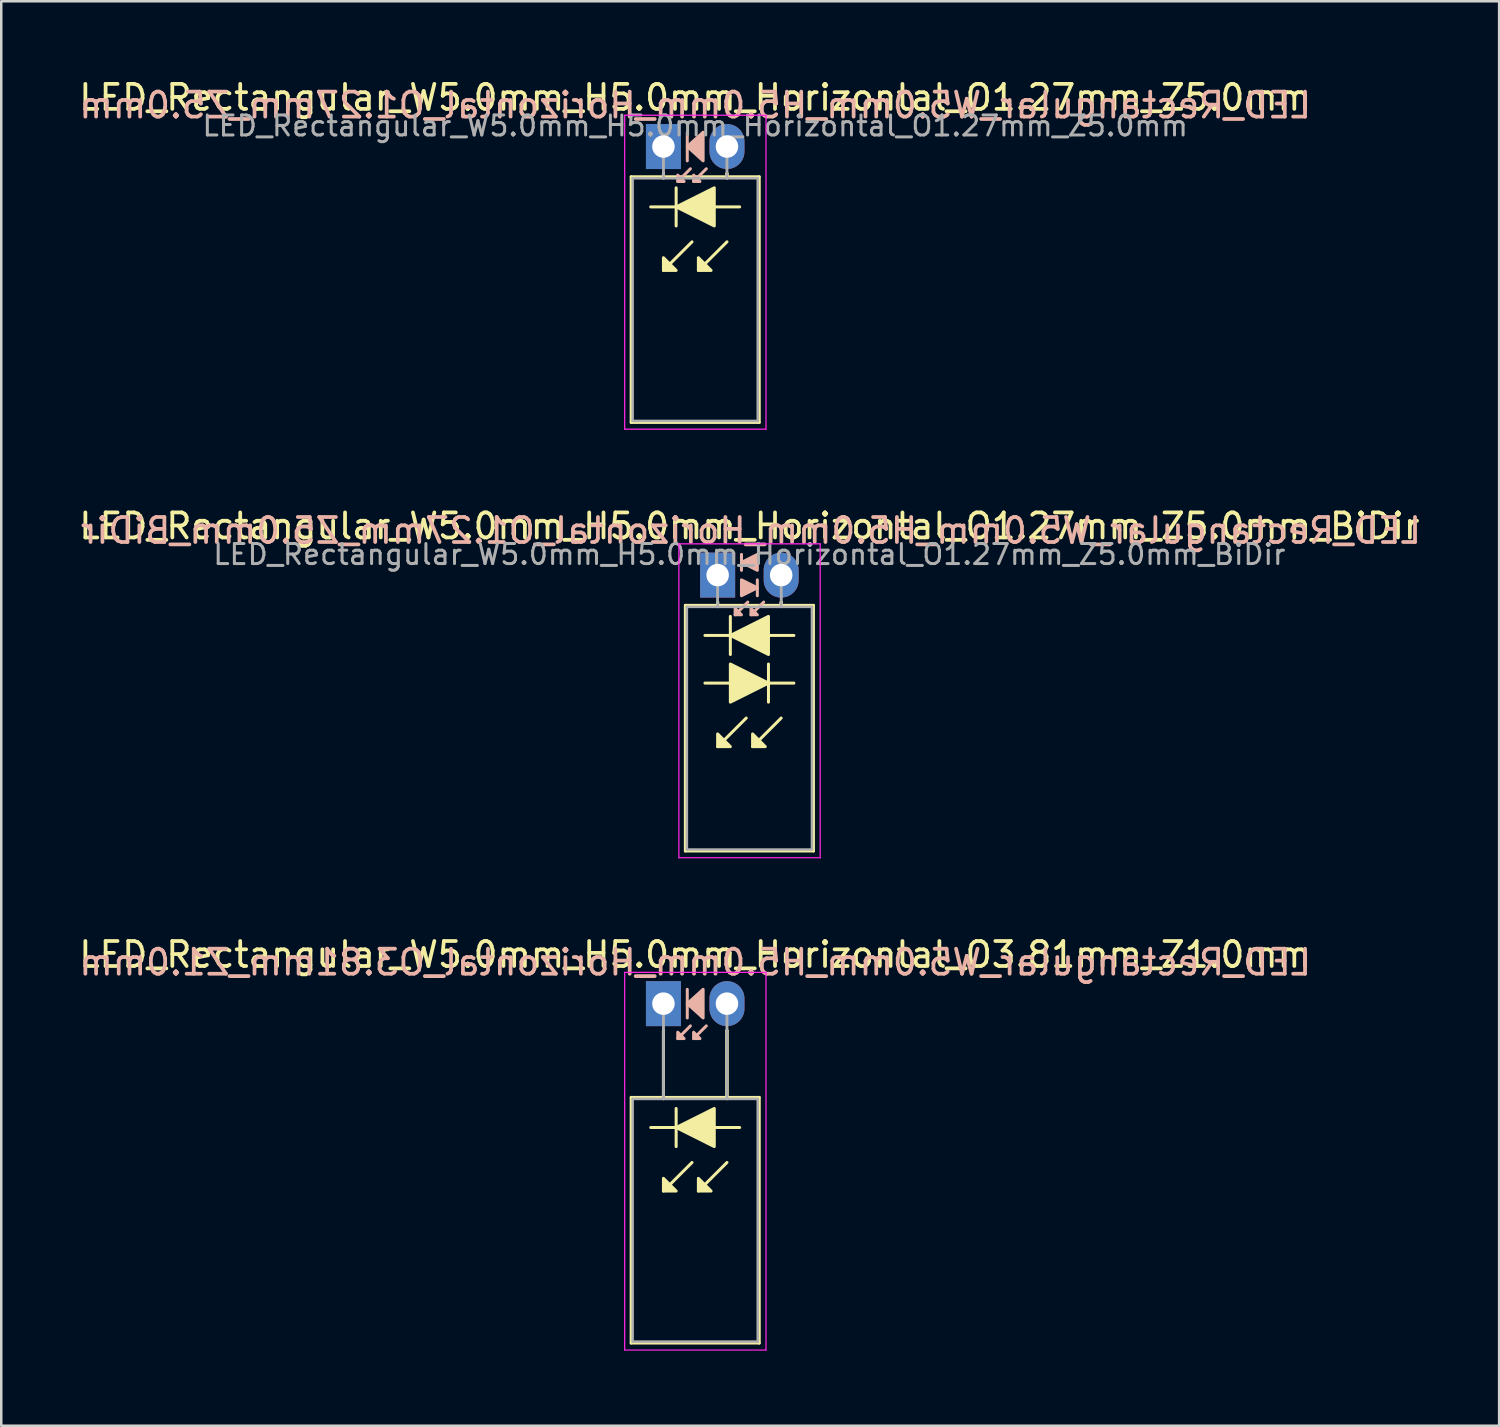
<source format=kicad_pcb>
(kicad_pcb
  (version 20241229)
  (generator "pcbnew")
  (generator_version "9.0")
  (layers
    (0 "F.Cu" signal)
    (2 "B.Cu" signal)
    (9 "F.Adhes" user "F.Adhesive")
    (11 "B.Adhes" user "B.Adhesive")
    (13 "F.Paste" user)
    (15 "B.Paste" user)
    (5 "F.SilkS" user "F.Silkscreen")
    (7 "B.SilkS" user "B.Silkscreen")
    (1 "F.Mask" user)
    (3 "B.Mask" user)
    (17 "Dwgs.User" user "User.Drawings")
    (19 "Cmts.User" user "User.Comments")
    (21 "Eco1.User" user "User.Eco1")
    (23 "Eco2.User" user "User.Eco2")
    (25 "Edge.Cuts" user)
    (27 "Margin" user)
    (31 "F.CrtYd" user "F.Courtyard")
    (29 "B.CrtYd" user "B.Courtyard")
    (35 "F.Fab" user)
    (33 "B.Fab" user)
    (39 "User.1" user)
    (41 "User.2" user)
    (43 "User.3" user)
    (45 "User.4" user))
  (footprint "LED_Rectangular_W5.0mm_H5.0mm_Horizontal_O3.81mm_Z1.0mm"
    (layer "F.Cu")
    (at 23.474 37.075)
    (property "Reference" "LED_Rectangular_W5.0mm_H5.0mm_Horizontal_O3.81mm_Z1.0mm" (at 1.27 -1.96 0) (layer "F.SilkS") (effects (font (size 1 1) (thickness 0.15))))
    (fp_line (start -1.29 3.75) (end -1.29 13.57) (stroke (width 0.12) (type solid)) (layer "F.SilkS"))
    (fp_line (start -1.29 13.57) (end 3.83 13.57) (stroke (width 0.12) (type solid)) (layer "F.SilkS"))
    (fp_line (start 0 1.08) (end 0 1.08) (stroke (width 0.12) (type solid)) (layer "F.SilkS"))
    (fp_line (start 0 1.08) (end 0 3.75) (stroke (width 0.12) (type solid)) (layer "F.SilkS"))
    (fp_line (start 0 3.75) (end 0 1.08) (stroke (width 0.12) (type solid)) (layer "F.SilkS"))
    (fp_line (start 0 3.75) (end 0 3.75) (stroke (width 0.12) (type solid)) (layer "F.SilkS"))
    (fp_line (start 0.508 4.191) (end 0.508 5.715) (stroke (width 0.12) (type solid)) (layer "F.SilkS"))
    (fp_line (start 0.508 4.953) (end -0.508 4.953) (stroke (width 0.12) (type solid)) (layer "F.SilkS"))
    (fp_line (start 1.143 6.35) (end 0 7.493) (stroke (width 0.12) (type solid)) (layer "F.SilkS"))
    (fp_line (start 2.54 1.08) (end 2.54 1.08) (stroke (width 0.12) (type solid)) (layer "F.SilkS"))
    (fp_line (start 2.54 1.08) (end 2.54 3.75) (stroke (width 0.12) (type solid)) (layer "F.SilkS"))
    (fp_line (start 2.54 3.75) (end 2.54 1.08) (stroke (width 0.12) (type solid)) (layer "F.SilkS"))
    (fp_line (start 2.54 3.75) (end 2.54 3.75) (stroke (width 0.12) (type solid)) (layer "F.SilkS"))
    (fp_line (start 2.54 6.35) (end 1.397 7.493) (stroke (width 0.12) (type solid)) (layer "F.SilkS"))
    (fp_line (start 3.048 4.953) (end 2.032 4.953) (stroke (width 0.12) (type solid)) (layer "F.SilkS"))
    (fp_line (start 3.83 3.75) (end -1.29 3.75) (stroke (width 0.12) (type solid)) (layer "F.SilkS"))
    (fp_line (start 3.83 13.57) (end 3.83 3.75) (stroke (width 0.12) (type solid)) (layer "F.SilkS"))
    (fp_poly (pts (xy 0 6.985) (xy 0.508 7.493) (xy 0 7.493)) (stroke (width 0.12) (type solid)) (fill yes) (layer "F.SilkS"))
    (fp_poly (pts (xy 1.397 6.985) (xy 1.905 7.493) (xy 1.397 7.493)) (stroke (width 0.12) (type solid)) (fill yes) (layer "F.SilkS"))
    (fp_poly (pts (xy 2.032 5.715) (xy 0.508 4.953) (xy 2.032 4.191)) (stroke (width 0.12) (type solid)) (fill yes) (layer "F.SilkS"))
    (fp_line (start 0.953 -0.572) (end 0.953 0.572) (stroke (width 0.12) (type solid)) (layer "B.SilkS"))
    (fp_line (start 1.079 0.889) (end 0.572 1.397) (stroke (width 0.12) (type solid)) (layer "B.SilkS"))
    (fp_line (start 1.714 0.889) (end 1.206 1.397) (stroke (width 0.12) (type solid)) (layer "B.SilkS"))
    (fp_poly (pts (xy 0.572 1.143) (xy 0.826 1.397) (xy 0.572 1.397)) (stroke (width 0.12) (type solid)) (fill yes) (layer "B.SilkS"))
    (fp_poly (pts (xy 1.206 1.143) (xy 1.46 1.397) (xy 1.206 1.397)) (stroke (width 0.12) (type solid)) (fill yes) (layer "B.SilkS"))
    (fp_poly (pts (xy 1.587 0.572) (xy 0.953 0) (xy 1.587 -0.572)) (stroke (width 0.12) (type solid)) (fill yes) (layer "B.SilkS"))
    (fp_line (start -1.55 -1.25) (end -1.55 13.85) (stroke (width 0.05) (type solid)) (layer "F.CrtYd"))
    (fp_line (start -1.55 13.85) (end 4.1 13.85) (stroke (width 0.05) (type solid)) (layer "F.CrtYd"))
    (fp_line (start 4.1 -1.25) (end -1.55 -1.25) (stroke (width 0.05) (type solid)) (layer "F.CrtYd"))
    (fp_line (start 4.1 13.85) (end 4.1 -1.25) (stroke (width 0.05) (type solid)) (layer "F.CrtYd"))
    (fp_line (start -1.23 3.81) (end -1.23 13.51) (stroke (width 0.1) (type solid)) (layer "F.Fab"))
    (fp_line (start -1.23 13.51) (end 3.77 13.51) (stroke (width 0.1) (type solid)) (layer "F.Fab"))
    (fp_line (start 0 0) (end 0 0) (stroke (width 0.1) (type solid)) (layer "F.Fab"))
    (fp_line (start 0 0) (end 0 3.81) (stroke (width 0.1) (type solid)) (layer "F.Fab"))
    (fp_line (start 0 3.81) (end 0 0) (stroke (width 0.1) (type solid)) (layer "F.Fab"))
    (fp_line (start 0 3.81) (end 0 3.81) (stroke (width 0.1) (type solid)) (layer "F.Fab"))
    (fp_line (start 2.54 0) (end 2.54 0) (stroke (width 0.1) (type solid)) (layer "F.Fab"))
    (fp_line (start 2.54 0) (end 2.54 3.81) (stroke (width 0.1) (type solid)) (layer "F.Fab"))
    (fp_line (start 2.54 3.81) (end 2.54 0) (stroke (width 0.1) (type solid)) (layer "F.Fab"))
    (fp_line (start 2.54 3.81) (end 2.54 3.81) (stroke (width 0.1) (type solid)) (layer "F.Fab"))
    (fp_line (start 3.77 3.81) (end -1.23 3.81) (stroke (width 0.1) (type solid)) (layer "F.Fab"))
    (fp_line (start 3.77 13.51) (end 3.77 3.81) (stroke (width 0.1) (type solid)) (layer "F.Fab"))
    (fp_text user "${REFERENCE}" (at 1.27 -1.651 0) (layer "B.SilkS") (effects (font (size 1 1) (thickness 0.15)) (justify mirror)))
    (pad "1" thru_hole rect (at 0 0) (size 1.4 1.8) (drill 0.9) (layers "*.Cu" "*.Mask"))
    (pad "2" thru_hole oval (at 2.54 0) (size 1.4 1.8) (drill 0.9) (layers "*.Cu" "*.Mask")))
  (footprint "LED_Rectangular_W5.0mm_H5.0mm_Horizontal_O1.27mm_Z5.0mm_BiDir"
    (layer "F.Cu")
    (at 25.641 19.942)
    (property "Reference" "LED_Rectangular_W5.0mm_H5.0mm_Horizontal_O1.27mm_Z5.0mm_BiDir" (at 1.27 -1.96 0) (layer "F.SilkS") (effects (font (size 1 1) (thickness 0.15))))
    (fp_line (start -1.29 1.21) (end -1.29 11.03) (stroke (width 0.12) (type solid)) (layer "F.SilkS"))
    (fp_line (start -1.29 11.03) (end 3.83 11.03) (stroke (width 0.12) (type solid)) (layer "F.SilkS"))
    (fp_line (start -0.508 4.318) (end 0.508 4.318) (stroke (width 0.12) (type solid)) (layer "F.SilkS"))
    (fp_line (start 0 1.08) (end 0 1.08) (stroke (width 0.12) (type solid)) (layer "F.SilkS"))
    (fp_line (start 0 1.08) (end 0 1.21) (stroke (width 0.12) (type solid)) (layer "F.SilkS"))
    (fp_line (start 0 1.21) (end 0 1.08) (stroke (width 0.12) (type solid)) (layer "F.SilkS"))
    (fp_line (start 0 1.21) (end 0 1.21) (stroke (width 0.12) (type solid)) (layer "F.SilkS"))
    (fp_line (start 0.508 1.651) (end 0.508 3.175) (stroke (width 0.12) (type solid)) (layer "F.SilkS"))
    (fp_line (start 0.508 2.413) (end -0.508 2.413) (stroke (width 0.12) (type solid)) (layer "F.SilkS"))
    (fp_line (start 1.143 5.715) (end 0 6.858) (stroke (width 0.12) (type solid)) (layer "F.SilkS"))
    (fp_line (start 2.032 4.318) (end 3.048 4.318) (stroke (width 0.12) (type solid)) (layer "F.SilkS"))
    (fp_line (start 2.032 5.08) (end 2.032 3.556) (stroke (width 0.12) (type solid)) (layer "F.SilkS"))
    (fp_line (start 2.54 1.08) (end 2.54 1.08) (stroke (width 0.12) (type solid)) (layer "F.SilkS"))
    (fp_line (start 2.54 1.08) (end 2.54 1.21) (stroke (width 0.12) (type solid)) (layer "F.SilkS"))
    (fp_line (start 2.54 1.21) (end 2.54 1.08) (stroke (width 0.12) (type solid)) (layer "F.SilkS"))
    (fp_line (start 2.54 1.21) (end 2.54 1.21) (stroke (width 0.12) (type solid)) (layer "F.SilkS"))
    (fp_line (start 2.54 5.715) (end 1.397 6.858) (stroke (width 0.12) (type solid)) (layer "F.SilkS"))
    (fp_line (start 3.048 2.413) (end 2.032 2.413) (stroke (width 0.12) (type solid)) (layer "F.SilkS"))
    (fp_line (start 3.83 1.21) (end -1.29 1.21) (stroke (width 0.12) (type solid)) (layer "F.SilkS"))
    (fp_line (start 3.83 11.03) (end 3.83 1.21) (stroke (width 0.12) (type solid)) (layer "F.SilkS"))
    (fp_poly (pts (xy 0 6.35) (xy 0.508 6.858) (xy 0 6.858)) (stroke (width 0.12) (type solid)) (fill yes) (layer "F.SilkS"))
    (fp_poly (pts (xy 0.508 3.556) (xy 2.032 4.318) (xy 0.508 5.08)) (stroke (width 0.12) (type solid)) (fill yes) (layer "F.SilkS"))
    (fp_poly (pts (xy 1.397 6.35) (xy 1.905 6.858) (xy 1.397 6.858)) (stroke (width 0.12) (type solid)) (fill yes) (layer "F.SilkS"))
    (fp_poly (pts (xy 2.032 3.175) (xy 0.508 2.413) (xy 2.032 1.651)) (stroke (width 0.12) (type solid)) (fill yes) (layer "F.SilkS"))
    (fp_line (start 0.953 -0.826) (end 0.953 -0.191) (stroke (width 0.12) (type solid)) (layer "B.SilkS"))
    (fp_line (start 1.206 1.079) (end 0.699 1.587) (stroke (width 0.12) (type solid)) (layer "B.SilkS"))
    (fp_line (start 1.587 0.826) (end 1.587 0.191) (stroke (width 0.12) (type solid)) (layer "B.SilkS"))
    (fp_line (start 1.841 1.079) (end 1.333 1.587) (stroke (width 0.12) (type solid)) (layer "B.SilkS"))
    (fp_poly (pts (xy 0.699 1.333) (xy 0.953 1.587) (xy 0.699 1.587)) (stroke (width 0.12) (type solid)) (fill yes) (layer "B.SilkS"))
    (fp_poly (pts (xy 0.953 0.191) (xy 1.587 0.508) (xy 0.953 0.826)) (stroke (width 0.12) (type solid)) (fill yes) (layer "B.SilkS"))
    (fp_poly (pts (xy 1.333 1.333) (xy 1.587 1.587) (xy 1.333 1.587)) (stroke (width 0.12) (type solid)) (fill yes) (layer "B.SilkS"))
    (fp_poly (pts (xy 1.587 -0.191) (xy 0.953 -0.508) (xy 1.587 -0.826)) (stroke (width 0.12) (type solid)) (fill yes) (layer "B.SilkS"))
    (fp_line (start -1.55 -1.25) (end -1.55 11.3) (stroke (width 0.05) (type solid)) (layer "F.CrtYd"))
    (fp_line (start -1.55 11.3) (end 4.1 11.3) (stroke (width 0.05) (type solid)) (layer "F.CrtYd"))
    (fp_line (start 4.1 -1.25) (end -1.55 -1.25) (stroke (width 0.05) (type solid)) (layer "F.CrtYd"))
    (fp_line (start 4.1 11.3) (end 4.1 -1.25) (stroke (width 0.05) (type solid)) (layer "F.CrtYd"))
    (fp_line (start -1.23 1.27) (end -1.23 10.97) (stroke (width 0.1) (type solid)) (layer "F.Fab"))
    (fp_line (start -1.23 10.97) (end 3.77 10.97) (stroke (width 0.1) (type solid)) (layer "F.Fab"))
    (fp_line (start 0 0) (end 0 0) (stroke (width 0.1) (type solid)) (layer "F.Fab"))
    (fp_line (start 0 0) (end 0 1.27) (stroke (width 0.1) (type solid)) (layer "F.Fab"))
    (fp_line (start 0 1.27) (end 0 0) (stroke (width 0.1) (type solid)) (layer "F.Fab"))
    (fp_line (start 0 1.27) (end 0 1.27) (stroke (width 0.1) (type solid)) (layer "F.Fab"))
    (fp_line (start 2.54 0) (end 2.54 0) (stroke (width 0.1) (type solid)) (layer "F.Fab"))
    (fp_line (start 2.54 0) (end 2.54 1.27) (stroke (width 0.1) (type solid)) (layer "F.Fab"))
    (fp_line (start 2.54 1.27) (end 2.54 0) (stroke (width 0.1) (type solid)) (layer "F.Fab"))
    (fp_line (start 2.54 1.27) (end 2.54 1.27) (stroke (width 0.1) (type solid)) (layer "F.Fab"))
    (fp_line (start 3.77 1.27) (end -1.23 1.27) (stroke (width 0.1) (type solid)) (layer "F.Fab"))
    (fp_line (start 3.77 10.97) (end 3.77 1.27) (stroke (width 0.1) (type solid)) (layer "F.Fab"))
    (fp_text user "${REFERENCE}" (at 1.333 -1.778 0) (layer "B.SilkS") (effects (font (size 1 1) (thickness 0.15)) (justify mirror)))
    (fp_text user "${REFERENCE}" (at 1.27 -0.826 0) (layer "F.Fab") (effects (font (size 0.8 0.8) (thickness 0.12))))
    (pad "1" thru_hole rect (at 0 0) (size 1.4 1.8) (drill 0.9) (layers "*.Cu" "*.Mask"))
    (pad "2" thru_hole oval (at 2.54 0) (size 1.4 1.8) (drill 0.9) (layers "*.Cu" "*.Mask")))
  (footprint "LED_Rectangular_W5.0mm_H5.0mm_Horizontal_O1.27mm_Z5.0mm"
    (layer "F.Cu")
    (at 23.474 2.808)
    (property "Reference" "LED_Rectangular_W5.0mm_H5.0mm_Horizontal_O1.27mm_Z5.0mm" (at 1.27 -1.96 0) (layer "F.SilkS") (effects (font (size 1 1) (thickness 0.15))))
    (fp_line (start -1.29 1.21) (end -1.29 11.03) (stroke (width 0.12) (type solid)) (layer "F.SilkS"))
    (fp_line (start -1.29 11.03) (end 3.83 11.03) (stroke (width 0.12) (type solid)) (layer "F.SilkS"))
    (fp_line (start 0 1.08) (end 0 1.08) (stroke (width 0.12) (type solid)) (layer "F.SilkS"))
    (fp_line (start 0 1.08) (end 0 1.21) (stroke (width 0.12) (type solid)) (layer "F.SilkS"))
    (fp_line (start 0 1.21) (end 0 1.08) (stroke (width 0.12) (type solid)) (layer "F.SilkS"))
    (fp_line (start 0 1.21) (end 0 1.21) (stroke (width 0.12) (type solid)) (layer "F.SilkS"))
    (fp_line (start 0.508 1.651) (end 0.508 3.175) (stroke (width 0.12) (type solid)) (layer "F.SilkS"))
    (fp_line (start 0.508 2.413) (end -0.508 2.413) (stroke (width 0.12) (type solid)) (layer "F.SilkS"))
    (fp_line (start 1.143 3.81) (end 0 4.953) (stroke (width 0.12) (type solid)) (layer "F.SilkS"))
    (fp_line (start 2.54 1.08) (end 2.54 1.08) (stroke (width 0.12) (type solid)) (layer "F.SilkS"))
    (fp_line (start 2.54 1.08) (end 2.54 1.21) (stroke (width 0.12) (type solid)) (layer "F.SilkS"))
    (fp_line (start 2.54 1.21) (end 2.54 1.08) (stroke (width 0.12) (type solid)) (layer "F.SilkS"))
    (fp_line (start 2.54 1.21) (end 2.54 1.21) (stroke (width 0.12) (type solid)) (layer "F.SilkS"))
    (fp_line (start 2.54 3.81) (end 1.397 4.953) (stroke (width 0.12) (type solid)) (layer "F.SilkS"))
    (fp_line (start 3.048 2.413) (end 2.032 2.413) (stroke (width 0.12) (type solid)) (layer "F.SilkS"))
    (fp_line (start 3.83 1.21) (end -1.29 1.21) (stroke (width 0.12) (type solid)) (layer "F.SilkS"))
    (fp_line (start 3.83 11.03) (end 3.83 1.21) (stroke (width 0.12) (type solid)) (layer "F.SilkS"))
    (fp_poly (pts (xy 0 4.445) (xy 0.508 4.953) (xy 0 4.953)) (stroke (width 0.12) (type solid)) (fill yes) (layer "F.SilkS"))
    (fp_poly (pts (xy 1.397 4.445) (xy 1.905 4.953) (xy 1.397 4.953)) (stroke (width 0.12) (type solid)) (fill yes) (layer "F.SilkS"))
    (fp_poly (pts (xy 2.032 3.175) (xy 0.508 2.413) (xy 2.032 1.651)) (stroke (width 0.12) (type solid)) (fill yes) (layer "F.SilkS"))
    (fp_line (start 0.953 -0.572) (end 0.953 0.572) (stroke (width 0.12) (type solid)) (layer "B.SilkS"))
    (fp_line (start 1.079 0.889) (end 0.572 1.397) (stroke (width 0.12) (type solid)) (layer "B.SilkS"))
    (fp_line (start 1.714 0.889) (end 1.206 1.397) (stroke (width 0.12) (type solid)) (layer "B.SilkS"))
    (fp_poly (pts (xy 0.572 1.143) (xy 0.826 1.397) (xy 0.572 1.397)) (stroke (width 0.12) (type solid)) (fill yes) (layer "B.SilkS"))
    (fp_poly (pts (xy 1.206 1.143) (xy 1.46 1.397) (xy 1.206 1.397)) (stroke (width 0.12) (type solid)) (fill yes) (layer "B.SilkS"))
    (fp_poly (pts (xy 1.587 0.572) (xy 0.953 0) (xy 1.587 -0.572)) (stroke (width 0.12) (type solid)) (fill yes) (layer "B.SilkS"))
    (fp_line (start -1.55 -1.25) (end -1.55 11.3) (stroke (width 0.05) (type solid)) (layer "F.CrtYd"))
    (fp_line (start -1.55 11.3) (end 4.1 11.3) (stroke (width 0.05) (type solid)) (layer "F.CrtYd"))
    (fp_line (start 4.1 -1.25) (end -1.55 -1.25) (stroke (width 0.05) (type solid)) (layer "F.CrtYd"))
    (fp_line (start 4.1 11.3) (end 4.1 -1.25) (stroke (width 0.05) (type solid)) (layer "F.CrtYd"))
    (fp_line (start -1.23 1.27) (end -1.23 10.97) (stroke (width 0.1) (type solid)) (layer "F.Fab"))
    (fp_line (start -1.23 10.97) (end 3.77 10.97) (stroke (width 0.1) (type solid)) (layer "F.Fab"))
    (fp_line (start 0 0) (end 0 0) (stroke (width 0.1) (type solid)) (layer "F.Fab"))
    (fp_line (start 0 0) (end 0 1.27) (stroke (width 0.1) (type solid)) (layer "F.Fab"))
    (fp_line (start 0 1.27) (end 0 0) (stroke (width 0.1) (type solid)) (layer "F.Fab"))
    (fp_line (start 0 1.27) (end 0 1.27) (stroke (width 0.1) (type solid)) (layer "F.Fab"))
    (fp_line (start 2.54 0) (end 2.54 0) (stroke (width 0.1) (type solid)) (layer "F.Fab"))
    (fp_line (start 2.54 0) (end 2.54 1.27) (stroke (width 0.1) (type solid)) (layer "F.Fab"))
    (fp_line (start 2.54 1.27) (end 2.54 0) (stroke (width 0.1) (type solid)) (layer "F.Fab"))
    (fp_line (start 2.54 1.27) (end 2.54 1.27) (stroke (width 0.1) (type solid)) (layer "F.Fab"))
    (fp_line (start 3.77 1.27) (end -1.23 1.27) (stroke (width 0.1) (type solid)) (layer "F.Fab"))
    (fp_line (start 3.77 10.97) (end 3.77 1.27) (stroke (width 0.1) (type solid)) (layer "F.Fab"))
    (fp_text user "${REFERENCE}" (at 1.27 -1.651 0) (layer "B.SilkS") (effects (font (size 1 1) (thickness 0.15)) (justify mirror)))
    (fp_text user "${REFERENCE}" (at 1.27 -0.826 0) (layer "F.Fab") (effects (font (size 0.8 0.8) (thickness 0.12))))
    (pad "1" thru_hole rect (at 0 0) (size 1.4 1.8) (drill 0.9) (layers "*.Cu" "*.Mask"))
    (pad "2" thru_hole oval (at 2.54 0) (size 1.4 1.8) (drill 0.9) (layers "*.Cu" "*.Mask")))
  (gr_rect
    (start -3 -3)
    (end 56.885 53.95)
    (stroke (width 0.1) (type default))
    (fill no)
    (layer "Edge.Cuts")))
</source>
